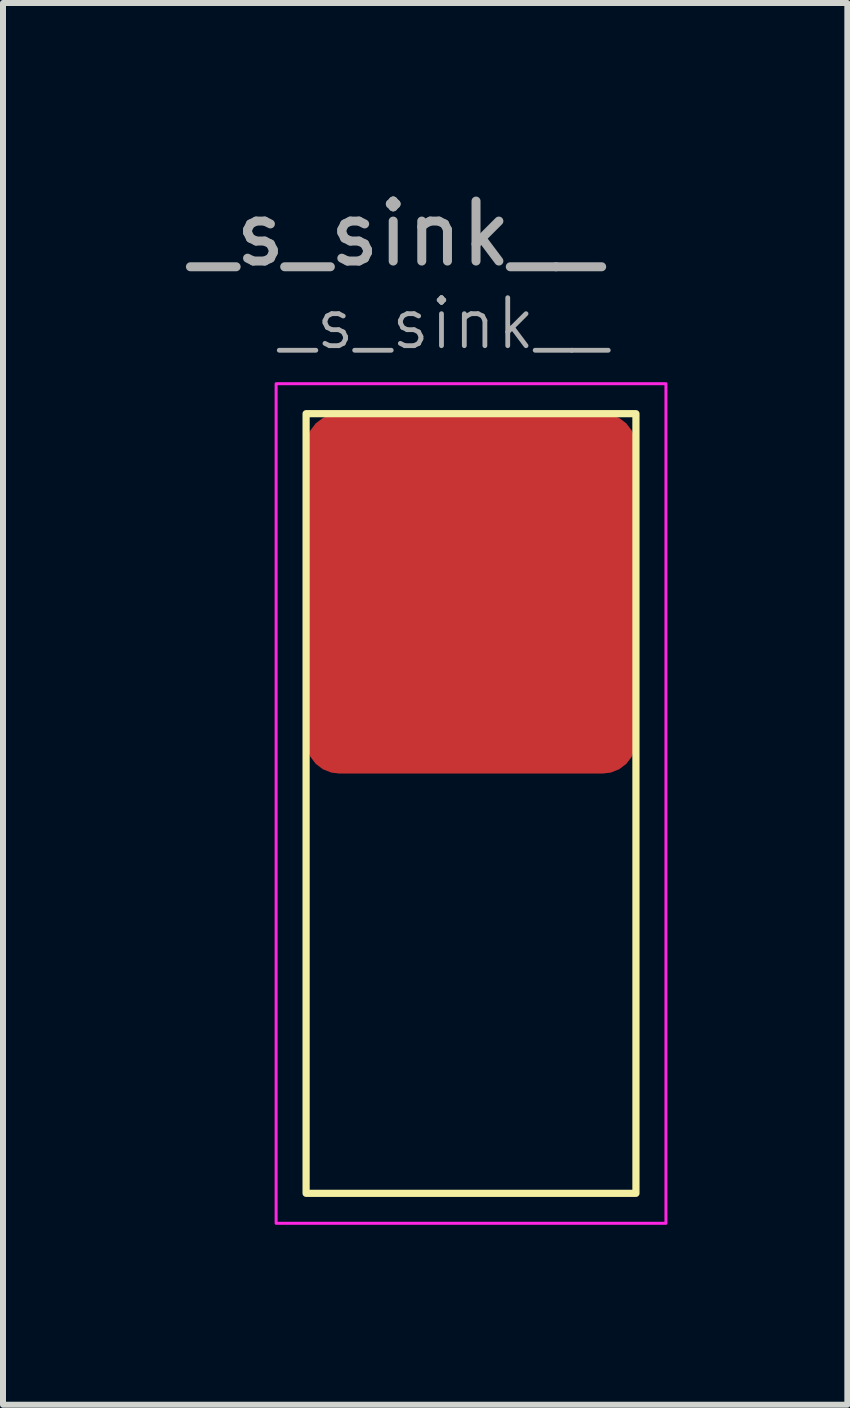
<source format=kicad_pcb>
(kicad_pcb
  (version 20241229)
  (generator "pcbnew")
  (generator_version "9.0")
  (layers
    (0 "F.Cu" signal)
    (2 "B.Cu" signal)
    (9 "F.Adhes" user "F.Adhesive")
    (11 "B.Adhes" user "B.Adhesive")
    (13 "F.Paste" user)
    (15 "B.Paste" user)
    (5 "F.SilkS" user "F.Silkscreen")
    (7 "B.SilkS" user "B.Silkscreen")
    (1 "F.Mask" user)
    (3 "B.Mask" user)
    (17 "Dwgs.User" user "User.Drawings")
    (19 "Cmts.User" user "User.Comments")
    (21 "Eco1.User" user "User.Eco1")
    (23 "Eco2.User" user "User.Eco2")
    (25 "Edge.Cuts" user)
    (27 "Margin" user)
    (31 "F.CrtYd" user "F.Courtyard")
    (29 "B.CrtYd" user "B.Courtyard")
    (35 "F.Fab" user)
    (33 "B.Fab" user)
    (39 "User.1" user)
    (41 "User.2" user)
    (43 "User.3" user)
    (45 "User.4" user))
  (footprint "_s_sink__"
    (layer "F.Cu")
    (at 2.054 3.848)
    (property "Reference" "_s_sink__" (at -0.5 -1.5 0) (unlocked yes) (layer "F.Fab") (effects (font (size 0.8 0.8) (thickness 0.08)) (justify left)))
    (attr smd)
    (fp_rect (start 0 0) (end 5.5 13) (stroke (width 0.12) (type solid)) (fill no) (layer "F.SilkS"))
    (fp_rect (start -0.5 -0.5) (end 6 13.5) (stroke (width 0.05) (type solid)) (fill no) (layer "F.CrtYd"))
    (fp_text user "${REFERENCE}" (at 1.5 -3 0) (unlocked yes) (layer "F.Fab") (effects (font (size 1 1) (thickness 0.15))))
    (pad "1" smd roundrect (at 2.75 3) (size 5.5 6) (layers "F.Cu" "F.Mask" "F.Paste") (roundrect_rratio 0.1)))
  (gr_rect
    (start -3 -3)
    (end 11.079 20.373)
    (stroke (width 0.1) (type default))
    (fill no)
    (layer "Edge.Cuts")))
</source>
